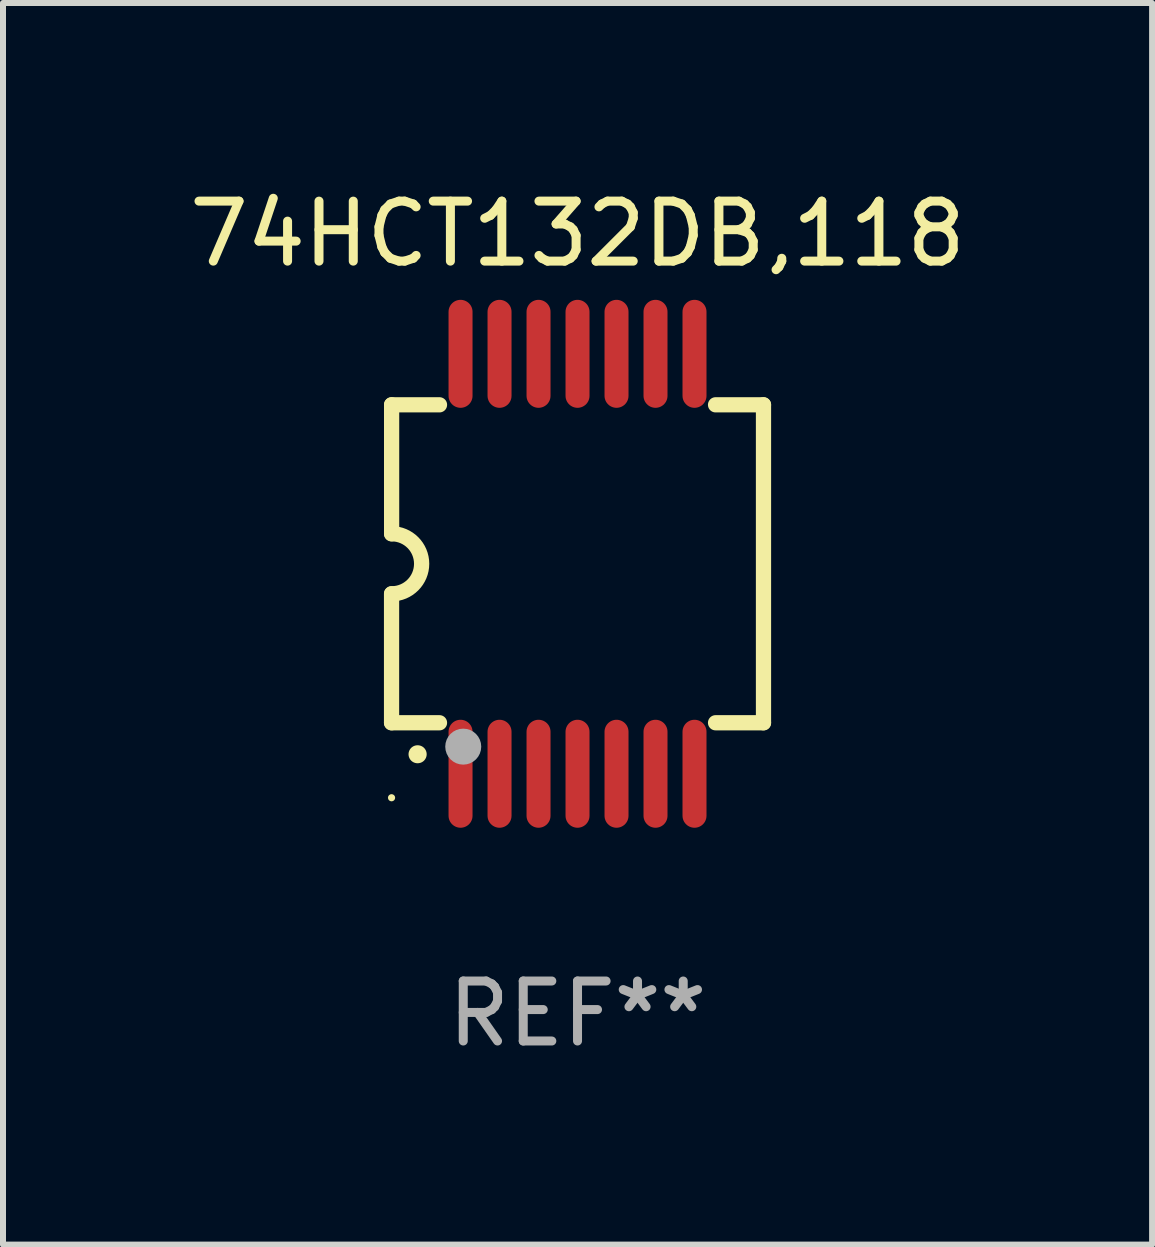
<source format=kicad_pcb>
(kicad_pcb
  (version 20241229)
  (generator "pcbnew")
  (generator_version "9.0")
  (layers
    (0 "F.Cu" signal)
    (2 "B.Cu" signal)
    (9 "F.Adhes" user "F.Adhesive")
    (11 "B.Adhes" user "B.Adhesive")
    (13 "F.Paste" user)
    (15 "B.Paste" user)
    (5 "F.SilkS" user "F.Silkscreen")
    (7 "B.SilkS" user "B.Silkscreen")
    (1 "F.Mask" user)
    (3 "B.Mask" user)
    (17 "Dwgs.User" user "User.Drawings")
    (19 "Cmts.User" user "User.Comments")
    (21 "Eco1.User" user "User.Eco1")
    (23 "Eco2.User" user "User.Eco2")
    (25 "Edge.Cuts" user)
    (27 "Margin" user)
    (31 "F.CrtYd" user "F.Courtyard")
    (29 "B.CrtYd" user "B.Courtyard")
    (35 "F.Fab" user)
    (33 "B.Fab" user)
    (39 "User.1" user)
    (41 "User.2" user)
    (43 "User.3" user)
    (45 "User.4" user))
  (footprint "74HCT132DB,118"
    (layer "F.Cu")
    (at 6.577 6.348)
    (property "Reference" "74HCT132DB,118" (at 0 -5.5 0) (layer "F.SilkS") (effects (font (size 1 1) (thickness 0.15))))
    (attr through_hole)
    (fp_line (start -3.1 2.65) (end -3.1 0.5) (stroke (width 0.254) (type solid)) (layer "F.SilkS"))
    (fp_line (start -3.099 -2.65) (end -2.301 -2.65) (stroke (width 0.254) (type solid)) (layer "F.SilkS"))
    (fp_line (start -3.099 -0.5) (end -3.099 -2.65) (stroke (width 0.254) (type solid)) (layer "F.SilkS"))
    (fp_line (start -2.301 2.65) (end -3.1 2.65) (stroke (width 0.254) (type solid)) (layer "F.SilkS"))
    (fp_line (start 2.301 -2.65) (end 3.1 -2.65) (stroke (width 0.254) (type solid)) (layer "F.SilkS"))
    (fp_line (start 3.1 -2.65) (end 3.1 2.65) (stroke (width 0.254) (type solid)) (layer "F.SilkS"))
    (fp_line (start 3.1 2.65) (end 2.301 2.65) (stroke (width 0.254) (type solid)) (layer "F.SilkS"))
    (fp_arc (start -3.098806 -0.500381) (mid -2.598806 0) (end -3.098806 0.500381) (stroke (width 0.254001) (type solid)) (layer "F.SilkS"))
    (fp_arc (start -2.667005 3.175006) (mid -2.665735 3.175001) (end -2.664465 3.175006) (stroke (width 0.3) (type solid)) (layer "F.SilkS"))
    (fp_circle (center -3.1 3.9) (end -3.07 3.9) (stroke (width 0.06) (type solid)) (fill no) (layer "F.SilkS"))
    (fp_circle (center -1.905 3.048) (end -1.755 3.048) (stroke (width 0.3) (type solid)) (fill no) (layer "F.Fab"))
    (fp_text user "REF**" (at 0 7.5 0) (layer "F.Fab") (effects (font (size 1 1) (thickness 0.15))))
    (pad "1" smd oval (at -1.95 3.5 270) (size 1.8 0.4) (layers "F.Cu" "F.Mask" "F.Paste"))
    (pad "2" smd oval (at -1.3 3.5 270) (size 1.8 0.4) (layers "F.Cu" "F.Mask" "F.Paste"))
    (pad "3" smd oval (at -0.65 3.5 270) (size 1.8 0.4) (layers "F.Cu" "F.Mask" "F.Paste"))
    (pad "4" smd oval (at 0 3.5 270) (size 1.8 0.4) (layers "F.Cu" "F.Mask" "F.Paste"))
    (pad "5" smd oval (at 0.65 3.5 270) (size 1.8 0.4) (layers "F.Cu" "F.Mask" "F.Paste"))
    (pad "6" smd oval (at 1.3 3.5 270) (size 1.8 0.4) (layers "F.Cu" "F.Mask" "F.Paste"))
    (pad "7" smd oval (at 1.95 3.5 270) (size 1.8 0.4) (layers "F.Cu" "F.Mask" "F.Paste"))
    (pad "8" smd oval (at 1.95 -3.5 90) (size 1.8 0.4) (layers "F.Cu" "F.Mask" "F.Paste"))
    (pad "9" smd oval (at 1.3 -3.5 90) (size 1.8 0.4) (layers "F.Cu" "F.Mask" "F.Paste"))
    (pad "10" smd oval (at 0.65 -3.5 90) (size 1.8 0.4) (layers "F.Cu" "F.Mask" "F.Paste"))
    (pad "11" smd oval (at 0 -3.5 90) (size 1.8 0.4) (layers "F.Cu" "F.Mask" "F.Paste"))
    (pad "12" smd oval (at -0.65 -3.5 90) (size 1.8 0.4) (layers "F.Cu" "F.Mask" "F.Paste"))
    (pad "13" smd oval (at -1.3 -3.5 90) (size 1.8 0.4) (layers "F.Cu" "F.Mask" "F.Paste"))
    (pad "14" smd oval (at -1.95 -3.5 90) (size 1.8 0.4) (layers "F.Cu" "F.Mask" "F.Paste")))
  (gr_rect
    (start -3 -3)
    (end 16.155 17.697)
    (stroke (width 0.1) (type default))
    (fill no)
    (layer "Edge.Cuts")))
</source>
